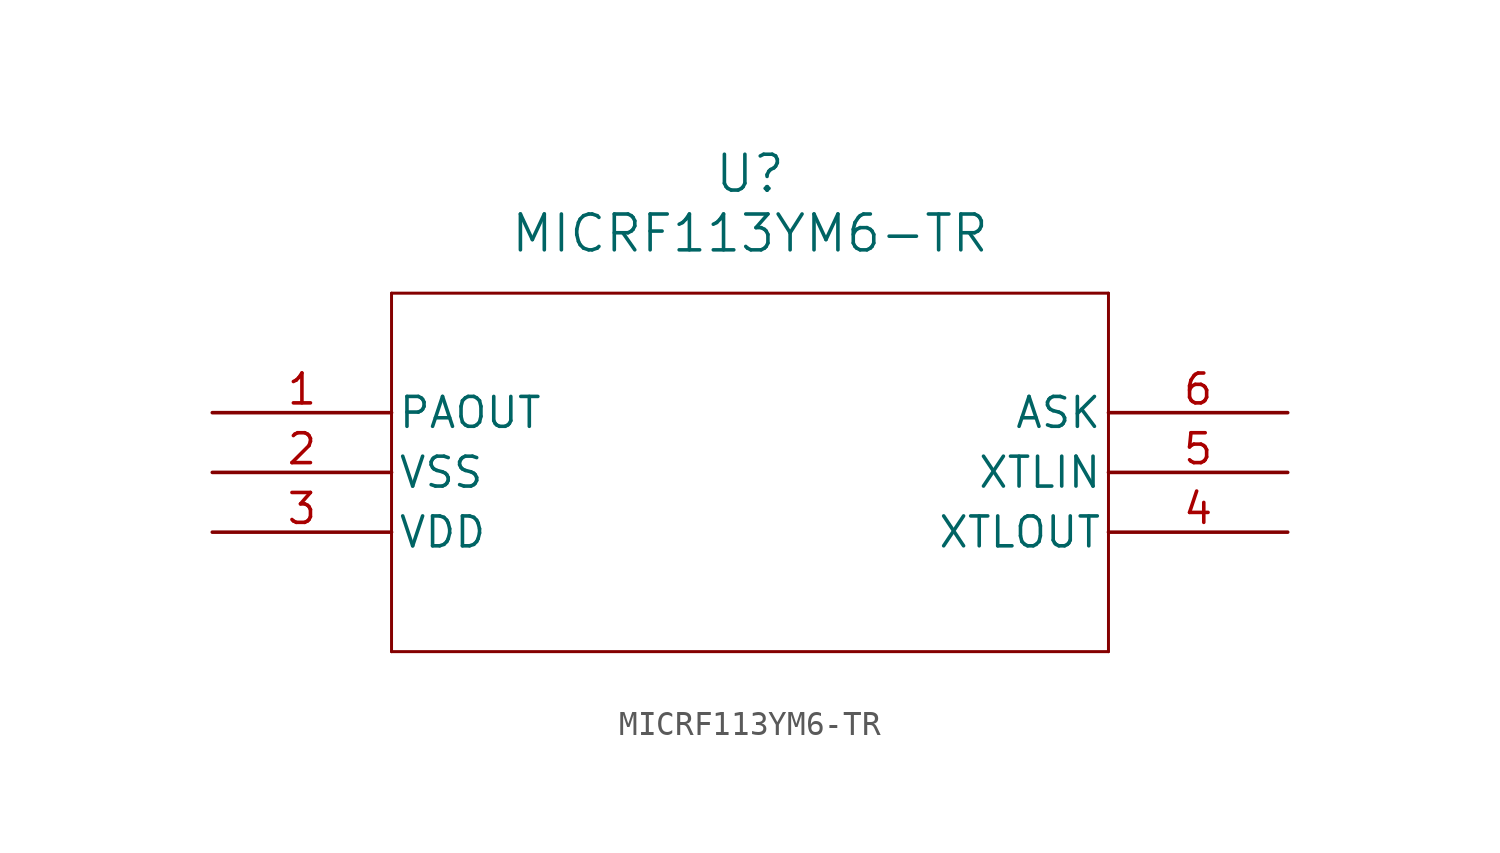
<source format=kicad_sym>
(kicad_symbol_lib
  (version 20211014)
  (generator kicad_symbol_editor)
  (symbol "MICRF113YM6-TR"
    (pin_names
      (offset 0.254))
    (property "Reference" "U"
      (at 22.86 10.16 0)
      (effects (font (size 1.524 1.524))))
    (property "Value" "MICRF113YM6-TR"
      (at 22.86 7.62 0)
      (effects (font (size 1.524 1.524))))
    (symbol "MICRF113YM6-TR_0_1"
      (polyline (pts (xy 7.62 5.08) (xy 7.62 -10.16)) (stroke (width 0.127) (type default) (color 0 0 0 0)) (fill (type none)))
      (polyline (pts (xy 7.62 -10.16) (xy 38.1 -10.16)) (stroke (width 0.127) (type default) (color 0 0 0 0)) (fill (type none)))
      (polyline (pts (xy 38.1 -10.16) (xy 38.1 5.08)) (stroke (width 0.127) (type default) (color 0 0 0 0)) (fill (type none)))
      (polyline (pts (xy 38.1 5.08) (xy 7.62 5.08)) (stroke (width 0.127) (type default) (color 0 0 0 0)) (fill (type none)))
      (pin output line (at 0 0 0) (length 7.62) (name "PAOUT" (effects (font (size 1.27 1.27)))) (number "1" (effects (font (size 1.27 1.27)))))
      (pin power_in line (at 0 -2.54 0) (length 7.62) (name "VSS" (effects (font (size 1.27 1.27)))) (number "2" (effects (font (size 1.27 1.27)))))
      (pin power_in line (at 0 -5.08 0) (length 7.62) (name "VDD" (effects (font (size 1.27 1.27)))) (number "3" (effects (font (size 1.27 1.27)))))
      (pin output line (at 45.72 -5.08 180) (length 7.62) (name "XTLOUT" (effects (font (size 1.27 1.27)))) (number "4" (effects (font (size 1.27 1.27)))))
      (pin input line (at 45.72 -2.54 180) (length 7.62) (name "XTLIN" (effects (font (size 1.27 1.27)))) (number "5" (effects (font (size 1.27 1.27)))))
      (pin input line (at 45.72 0 180) (length 7.62) (name "ASK" (effects (font (size 1.27 1.27)))) (number "6" (effects (font (size 1.27 1.27))))))))
</source>
